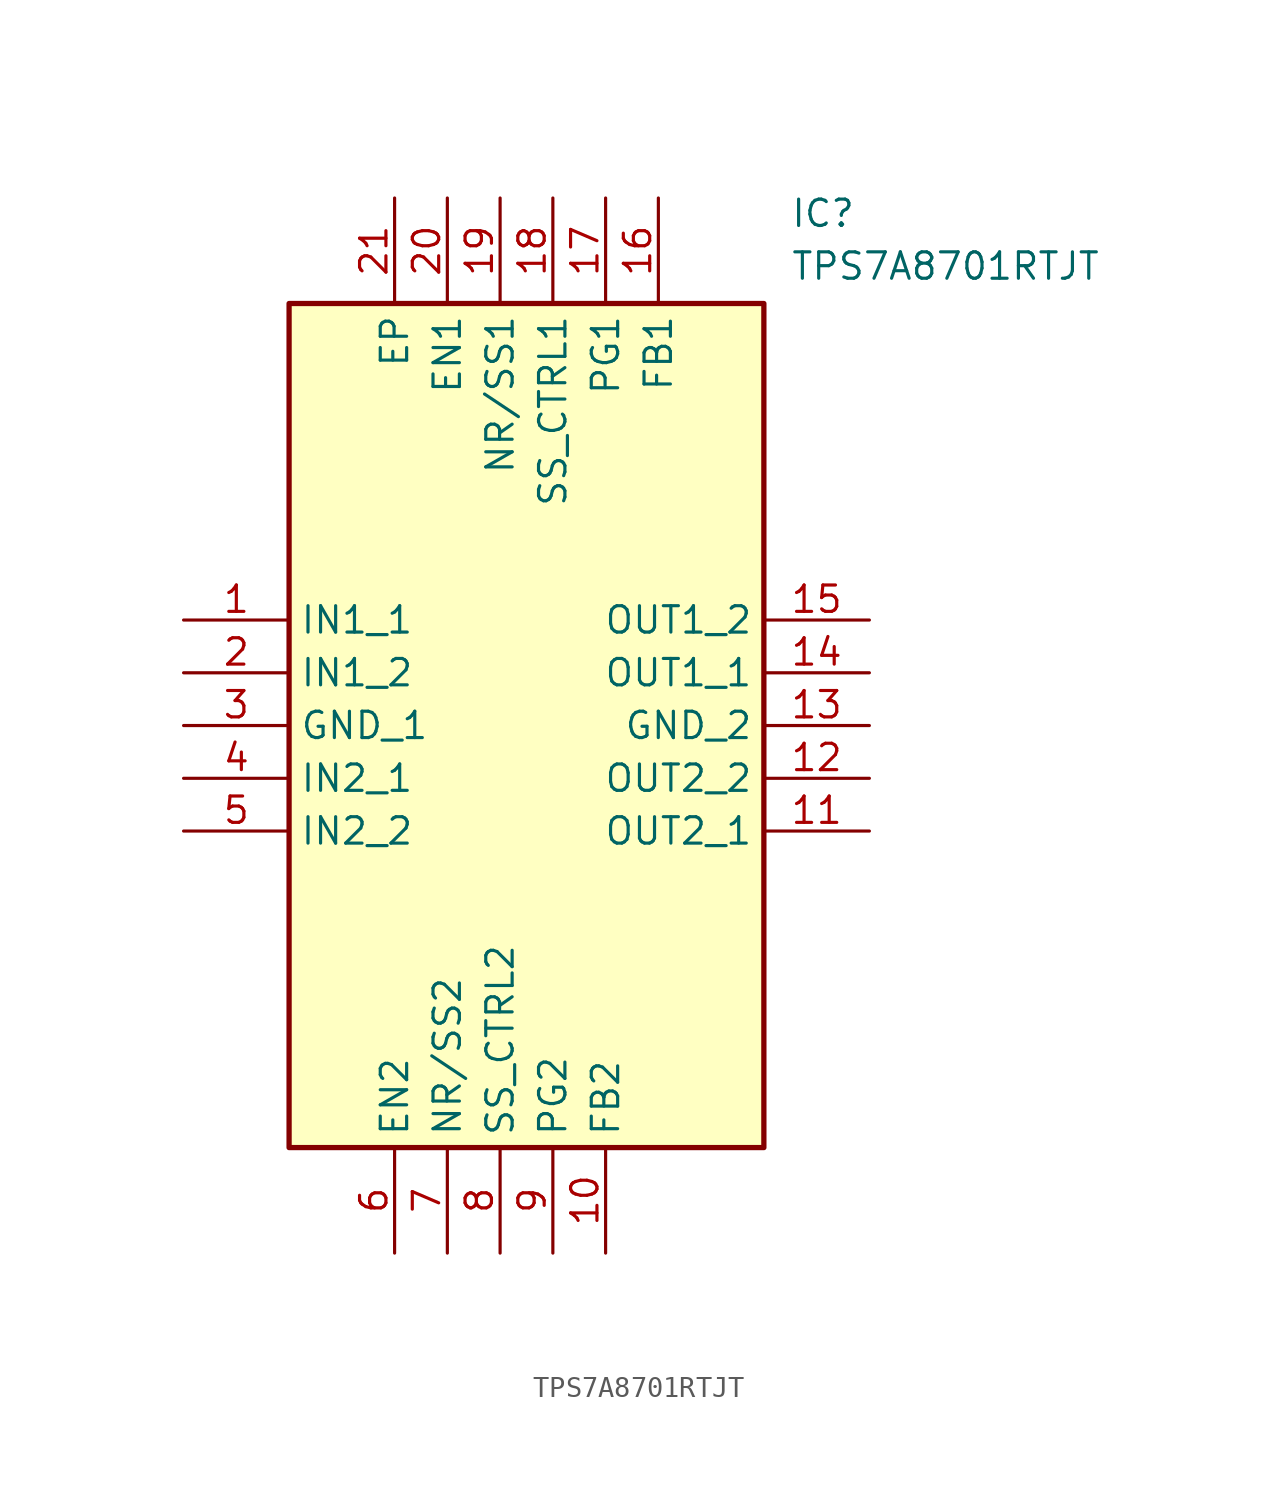
<source format=kicad_sym>
(kicad_symbol_lib
  (version 20211014)
  (generator SamacSys_ECAD_Model)
  (symbol "TPS7A8701RTJT"
    (property "Reference" "IC"
      (at 29.21 20.32 0)
      (effects (font (size 1.27 1.27)) (justify left top)))
    (property "Value" "TPS7A8701RTJT"
      (at 29.21 17.78 0)
      (effects (font (size 1.27 1.27)) (justify left top)))
    (rectangle
      (start 5.08 15.24)
      (end 27.94 -25.4)
      (stroke (width 0.254) (type default))
      (fill (type background)))
    (pin passive line
      (at 0 0 0)
      (length 5.08)
      (name "IN1_1" (effects (font (size 1.27 1.27))))
      (number "1" (effects (font (size 1.27 1.27)))))
    (pin passive line
      (at 0 -2.54 0)
      (length 5.08)
      (name "IN1_2" (effects (font (size 1.27 1.27))))
      (number "2" (effects (font (size 1.27 1.27)))))
    (pin passive line
      (at 0 -5.08 0)
      (length 5.08)
      (name "GND_1" (effects (font (size 1.27 1.27))))
      (number "3" (effects (font (size 1.27 1.27)))))
    (pin passive line
      (at 0 -7.62 0)
      (length 5.08)
      (name "IN2_1" (effects (font (size 1.27 1.27))))
      (number "4" (effects (font (size 1.27 1.27)))))
    (pin passive line
      (at 0 -10.16 0)
      (length 5.08)
      (name "IN2_2" (effects (font (size 1.27 1.27))))
      (number "5" (effects (font (size 1.27 1.27)))))
    (pin passive line
      (at 10.16 -30.48 90)
      (length 5.08)
      (name "EN2" (effects (font (size 1.27 1.27))))
      (number "6" (effects (font (size 1.27 1.27)))))
    (pin passive line
      (at 12.7 -30.48 90)
      (length 5.08)
      (name "NR/SS2" (effects (font (size 1.27 1.27))))
      (number "7" (effects (font (size 1.27 1.27)))))
    (pin passive line
      (at 15.24 -30.48 90)
      (length 5.08)
      (name "SS_CTRL2" (effects (font (size 1.27 1.27))))
      (number "8" (effects (font (size 1.27 1.27)))))
    (pin passive line
      (at 17.78 -30.48 90)
      (length 5.08)
      (name "PG2" (effects (font (size 1.27 1.27))))
      (number "9" (effects (font (size 1.27 1.27)))))
    (pin passive line
      (at 20.32 -30.48 90)
      (length 5.08)
      (name "FB2" (effects (font (size 1.27 1.27))))
      (number "10" (effects (font (size 1.27 1.27)))))
    (pin passive line
      (at 33.02 0 180)
      (length 5.08)
      (name "OUT1_2" (effects (font (size 1.27 1.27))))
      (number "15" (effects (font (size 1.27 1.27)))))
    (pin passive line
      (at 33.02 -2.54 180)
      (length 5.08)
      (name "OUT1_1" (effects (font (size 1.27 1.27))))
      (number "14" (effects (font (size 1.27 1.27)))))
    (pin passive line
      (at 33.02 -5.08 180)
      (length 5.08)
      (name "GND_2" (effects (font (size 1.27 1.27))))
      (number "13" (effects (font (size 1.27 1.27)))))
    (pin passive line
      (at 33.02 -7.62 180)
      (length 5.08)
      (name "OUT2_2" (effects (font (size 1.27 1.27))))
      (number "12" (effects (font (size 1.27 1.27)))))
    (pin passive line
      (at 33.02 -10.16 180)
      (length 5.08)
      (name "OUT2_1" (effects (font (size 1.27 1.27))))
      (number "11" (effects (font (size 1.27 1.27)))))
    (pin passive line
      (at 10.16 20.32 270)
      (length 5.08)
      (name "EP" (effects (font (size 1.27 1.27))))
      (number "21" (effects (font (size 1.27 1.27)))))
    (pin passive line
      (at 12.7 20.32 270)
      (length 5.08)
      (name "EN1" (effects (font (size 1.27 1.27))))
      (number "20" (effects (font (size 1.27 1.27)))))
    (pin passive line
      (at 15.24 20.32 270)
      (length 5.08)
      (name "NR/SS1" (effects (font (size 1.27 1.27))))
      (number "19" (effects (font (size 1.27 1.27)))))
    (pin passive line
      (at 17.78 20.32 270)
      (length 5.08)
      (name "SS_CTRL1" (effects (font (size 1.27 1.27))))
      (number "18" (effects (font (size 1.27 1.27)))))
    (pin passive line
      (at 20.32 20.32 270)
      (length 5.08)
      (name "PG1" (effects (font (size 1.27 1.27))))
      (number "17" (effects (font (size 1.27 1.27)))))
    (pin passive line
      (at 22.86 20.32 270)
      (length 5.08)
      (name "FB1" (effects (font (size 1.27 1.27))))
      (number "16" (effects (font (size 1.27 1.27)))))))
</source>
